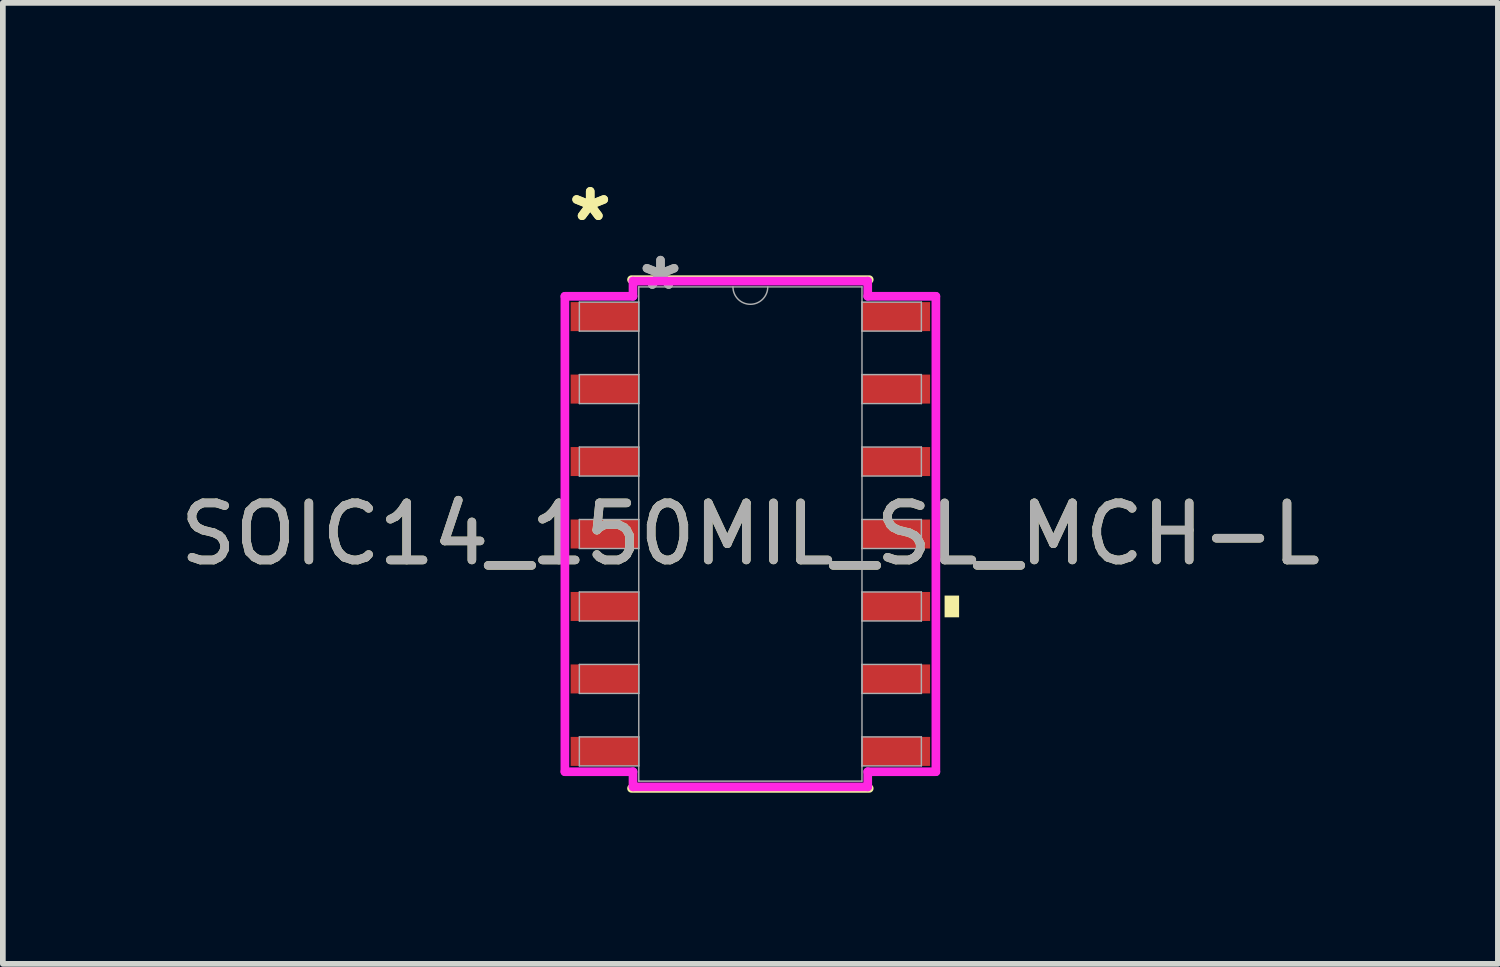
<source format=kicad_pcb>
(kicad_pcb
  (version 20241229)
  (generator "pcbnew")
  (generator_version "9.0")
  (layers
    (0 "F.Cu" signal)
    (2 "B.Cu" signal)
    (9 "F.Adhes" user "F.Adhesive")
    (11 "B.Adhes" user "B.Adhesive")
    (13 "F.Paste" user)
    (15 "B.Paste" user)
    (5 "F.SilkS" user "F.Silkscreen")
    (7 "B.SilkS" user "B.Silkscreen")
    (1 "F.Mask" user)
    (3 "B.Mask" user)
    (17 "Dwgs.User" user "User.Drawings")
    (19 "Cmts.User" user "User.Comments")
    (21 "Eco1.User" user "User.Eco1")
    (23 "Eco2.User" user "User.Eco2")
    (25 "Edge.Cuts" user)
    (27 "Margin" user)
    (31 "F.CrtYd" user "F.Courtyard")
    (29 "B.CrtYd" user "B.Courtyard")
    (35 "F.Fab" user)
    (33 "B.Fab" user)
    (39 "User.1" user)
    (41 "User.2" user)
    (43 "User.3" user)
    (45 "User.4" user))
  (footprint "SOIC14_150MIL_SL_MCH-L"
    (layer "F.Cu")
    (at 10.101 6.309)
    (property "Reference" "SOIC14_150MIL_SL_MCH-L" (at 0 0 0) (unlocked yes) (layer "F.SilkS") (effects (font (size 1 1) (thickness 0.15))))
    (attr smd)
    (fp_line (start -2.083 4.458) (end 2.083 4.458) (stroke (width 0.152) (type solid)) (layer "F.SilkS"))
    (fp_line (start 2.083 -4.458) (end -2.083 -4.458) (stroke (width 0.152) (type solid)) (layer "F.SilkS"))
    (fp_poly (pts (xy 3.658 1.079) (xy 3.658 1.46) (xy 3.404 1.46) (xy 3.404 1.079)) (stroke (width 0) (type solid)) (fill yes) (layer "F.SilkS"))
    (fp_line (start -3.251 -4.166) (end -2.057 -4.166) (stroke (width 0.152) (type solid)) (layer "F.CrtYd"))
    (fp_line (start -3.251 4.166) (end -3.251 -4.166) (stroke (width 0.152) (type solid)) (layer "F.CrtYd"))
    (fp_line (start -3.251 4.166) (end -2.057 4.166) (stroke (width 0.152) (type solid)) (layer "F.CrtYd"))
    (fp_line (start -2.057 -4.432) (end 2.057 -4.432) (stroke (width 0.152) (type solid)) (layer "F.CrtYd"))
    (fp_line (start -2.057 -4.166) (end -2.057 -4.432) (stroke (width 0.152) (type solid)) (layer "F.CrtYd"))
    (fp_line (start -2.057 4.432) (end -2.057 4.166) (stroke (width 0.152) (type solid)) (layer "F.CrtYd"))
    (fp_line (start 2.057 -4.432) (end 2.057 -4.166) (stroke (width 0.152) (type solid)) (layer "F.CrtYd"))
    (fp_line (start 2.057 4.166) (end 2.057 4.432) (stroke (width 0.152) (type solid)) (layer "F.CrtYd"))
    (fp_line (start 2.057 4.432) (end -2.057 4.432) (stroke (width 0.152) (type solid)) (layer "F.CrtYd"))
    (fp_line (start 3.251 -4.166) (end 2.057 -4.166) (stroke (width 0.152) (type solid)) (layer "F.CrtYd"))
    (fp_line (start 3.251 -4.166) (end 3.251 4.166) (stroke (width 0.152) (type solid)) (layer "F.CrtYd"))
    (fp_line (start 3.251 4.166) (end 2.057 4.166) (stroke (width 0.152) (type solid)) (layer "F.CrtYd"))
    (fp_line (start -2.997 -4.064) (end -2.997 -3.556) (stroke (width 0.025) (type solid)) (layer "F.Fab"))
    (fp_line (start -2.997 -3.556) (end -1.956 -3.556) (stroke (width 0.025) (type solid)) (layer "F.Fab"))
    (fp_line (start -2.997 -2.794) (end -2.997 -2.286) (stroke (width 0.025) (type solid)) (layer "F.Fab"))
    (fp_line (start -2.997 -2.286) (end -1.956 -2.286) (stroke (width 0.025) (type solid)) (layer "F.Fab"))
    (fp_line (start -2.997 -1.524) (end -2.997 -1.016) (stroke (width 0.025) (type solid)) (layer "F.Fab"))
    (fp_line (start -2.997 -1.016) (end -1.956 -1.016) (stroke (width 0.025) (type solid)) (layer "F.Fab"))
    (fp_line (start -2.997 -0.254) (end -2.997 0.254) (stroke (width 0.025) (type solid)) (layer "F.Fab"))
    (fp_line (start -2.997 0.254) (end -1.956 0.254) (stroke (width 0.025) (type solid)) (layer "F.Fab"))
    (fp_line (start -2.997 1.016) (end -2.997 1.524) (stroke (width 0.025) (type solid)) (layer "F.Fab"))
    (fp_line (start -2.997 1.524) (end -1.956 1.524) (stroke (width 0.025) (type solid)) (layer "F.Fab"))
    (fp_line (start -2.997 2.286) (end -2.997 2.794) (stroke (width 0.025) (type solid)) (layer "F.Fab"))
    (fp_line (start -2.997 2.794) (end -1.956 2.794) (stroke (width 0.025) (type solid)) (layer "F.Fab"))
    (fp_line (start -2.997 3.556) (end -2.997 4.064) (stroke (width 0.025) (type solid)) (layer "F.Fab"))
    (fp_line (start -2.997 4.064) (end -1.956 4.064) (stroke (width 0.025) (type solid)) (layer "F.Fab"))
    (fp_line (start -1.956 -4.331) (end -1.956 4.331) (stroke (width 0.025) (type solid)) (layer "F.Fab"))
    (fp_line (start -1.956 -4.064) (end -2.997 -4.064) (stroke (width 0.025) (type solid)) (layer "F.Fab"))
    (fp_line (start -1.956 -3.556) (end -1.956 -4.064) (stroke (width 0.025) (type solid)) (layer "F.Fab"))
    (fp_line (start -1.956 -2.794) (end -2.997 -2.794) (stroke (width 0.025) (type solid)) (layer "F.Fab"))
    (fp_line (start -1.956 -2.286) (end -1.956 -2.794) (stroke (width 0.025) (type solid)) (layer "F.Fab"))
    (fp_line (start -1.956 -1.524) (end -2.997 -1.524) (stroke (width 0.025) (type solid)) (layer "F.Fab"))
    (fp_line (start -1.956 -1.016) (end -1.956 -1.524) (stroke (width 0.025) (type solid)) (layer "F.Fab"))
    (fp_line (start -1.956 -0.254) (end -2.997 -0.254) (stroke (width 0.025) (type solid)) (layer "F.Fab"))
    (fp_line (start -1.956 0.254) (end -1.956 -0.254) (stroke (width 0.025) (type solid)) (layer "F.Fab"))
    (fp_line (start -1.956 1.016) (end -2.997 1.016) (stroke (width 0.025) (type solid)) (layer "F.Fab"))
    (fp_line (start -1.956 1.524) (end -1.956 1.016) (stroke (width 0.025) (type solid)) (layer "F.Fab"))
    (fp_line (start -1.956 2.286) (end -2.997 2.286) (stroke (width 0.025) (type solid)) (layer "F.Fab"))
    (fp_line (start -1.956 2.794) (end -1.956 2.286) (stroke (width 0.025) (type solid)) (layer "F.Fab"))
    (fp_line (start -1.956 3.556) (end -2.997 3.556) (stroke (width 0.025) (type solid)) (layer "F.Fab"))
    (fp_line (start -1.956 4.064) (end -1.956 3.556) (stroke (width 0.025) (type solid)) (layer "F.Fab"))
    (fp_line (start -1.956 4.331) (end 1.956 4.331) (stroke (width 0.025) (type solid)) (layer "F.Fab"))
    (fp_line (start 1.956 -4.331) (end -1.956 -4.331) (stroke (width 0.025) (type solid)) (layer "F.Fab"))
    (fp_line (start 1.956 -4.064) (end 1.956 -3.556) (stroke (width 0.025) (type solid)) (layer "F.Fab"))
    (fp_line (start 1.956 -3.556) (end 2.997 -3.556) (stroke (width 0.025) (type solid)) (layer "F.Fab"))
    (fp_line (start 1.956 -2.794) (end 1.956 -2.286) (stroke (width 0.025) (type solid)) (layer "F.Fab"))
    (fp_line (start 1.956 -2.286) (end 2.997 -2.286) (stroke (width 0.025) (type solid)) (layer "F.Fab"))
    (fp_line (start 1.956 -1.524) (end 1.956 -1.016) (stroke (width 0.025) (type solid)) (layer "F.Fab"))
    (fp_line (start 1.956 -1.016) (end 2.997 -1.016) (stroke (width 0.025) (type solid)) (layer "F.Fab"))
    (fp_line (start 1.956 -0.254) (end 1.956 0.254) (stroke (width 0.025) (type solid)) (layer "F.Fab"))
    (fp_line (start 1.956 0.254) (end 2.997 0.254) (stroke (width 0.025) (type solid)) (layer "F.Fab"))
    (fp_line (start 1.956 1.016) (end 1.956 1.524) (stroke (width 0.025) (type solid)) (layer "F.Fab"))
    (fp_line (start 1.956 1.524) (end 2.997 1.524) (stroke (width 0.025) (type solid)) (layer "F.Fab"))
    (fp_line (start 1.956 2.286) (end 1.956 2.794) (stroke (width 0.025) (type solid)) (layer "F.Fab"))
    (fp_line (start 1.956 2.794) (end 2.997 2.794) (stroke (width 0.025) (type solid)) (layer "F.Fab"))
    (fp_line (start 1.956 3.556) (end 1.956 4.064) (stroke (width 0.025) (type solid)) (layer "F.Fab"))
    (fp_line (start 1.956 4.064) (end 2.997 4.064) (stroke (width 0.025) (type solid)) (layer "F.Fab"))
    (fp_line (start 1.956 4.331) (end 1.956 -4.331) (stroke (width 0.025) (type solid)) (layer "F.Fab"))
    (fp_line (start 2.997 -4.064) (end 1.956 -4.064) (stroke (width 0.025) (type solid)) (layer "F.Fab"))
    (fp_line (start 2.997 -3.556) (end 2.997 -4.064) (stroke (width 0.025) (type solid)) (layer "F.Fab"))
    (fp_line (start 2.997 -2.794) (end 1.956 -2.794) (stroke (width 0.025) (type solid)) (layer "F.Fab"))
    (fp_line (start 2.997 -2.286) (end 2.997 -2.794) (stroke (width 0.025) (type solid)) (layer "F.Fab"))
    (fp_line (start 2.997 -1.524) (end 1.956 -1.524) (stroke (width 0.025) (type solid)) (layer "F.Fab"))
    (fp_line (start 2.997 -1.016) (end 2.997 -1.524) (stroke (width 0.025) (type solid)) (layer "F.Fab"))
    (fp_line (start 2.997 -0.254) (end 1.956 -0.254) (stroke (width 0.025) (type solid)) (layer "F.Fab"))
    (fp_line (start 2.997 0.254) (end 2.997 -0.254) (stroke (width 0.025) (type solid)) (layer "F.Fab"))
    (fp_line (start 2.997 1.016) (end 1.956 1.016) (stroke (width 0.025) (type solid)) (layer "F.Fab"))
    (fp_line (start 2.997 1.524) (end 2.997 1.016) (stroke (width 0.025) (type solid)) (layer "F.Fab"))
    (fp_line (start 2.997 2.286) (end 1.956 2.286) (stroke (width 0.025) (type solid)) (layer "F.Fab"))
    (fp_line (start 2.997 2.794) (end 2.997 2.286) (stroke (width 0.025) (type solid)) (layer "F.Fab"))
    (fp_line (start 2.997 3.556) (end 1.956 3.556) (stroke (width 0.025) (type solid)) (layer "F.Fab"))
    (fp_line (start 2.997 4.064) (end 2.997 3.556) (stroke (width 0.025) (type solid)) (layer "F.Fab"))
    (fp_arc (start 0.3048 -4.3307) (mid 0 -4.0259) (end -0.3048 -4.3307) (stroke (width 0.0254) (type solid)) (layer "F.Fab"))
    (fp_text user "*" (at -2.807 -5.461 0) (layer "F.SilkS") (effects (font (size 1 1) (thickness 0.15))))
    (fp_text user "*" (at -2.807 -5.461 0) (unlocked yes) (layer "F.SilkS") (effects (font (size 1 1) (thickness 0.15))))
    (fp_text user "*" (at -1.575 -4.255 0) (unlocked yes) (layer "F.Fab") (effects (font (size 1 1) (thickness 0.15))))
    (fp_text user "*" (at -1.575 -4.255 0) (layer "F.Fab") (effects (font (size 1 1) (thickness 0.15))))
    (fp_text user "${REFERENCE}" (at 0 0 0) (unlocked yes) (layer "F.Fab") (effects (font (size 1 1) (thickness 0.15))))
    (pad "1" smd rect (at -2.553 -3.81) (size 1.194 0.508) (layers "F.Cu" "F.Mask" "F.Paste"))
    (pad "2" smd rect (at -2.553 -2.54) (size 1.194 0.508) (layers "F.Cu" "F.Mask" "F.Paste"))
    (pad "3" smd rect (at -2.553 -1.27) (size 1.194 0.508) (layers "F.Cu" "F.Mask" "F.Paste"))
    (pad "4" smd rect (at -2.553 0) (size 1.194 0.508) (layers "F.Cu" "F.Mask" "F.Paste"))
    (pad "5" smd rect (at -2.553 1.27) (size 1.194 0.508) (layers "F.Cu" "F.Mask" "F.Paste"))
    (pad "6" smd rect (at -2.553 2.54) (size 1.194 0.508) (layers "F.Cu" "F.Mask" "F.Paste"))
    (pad "7" smd rect (at -2.553 3.81) (size 1.194 0.508) (layers "F.Cu" "F.Mask" "F.Paste"))
    (pad "8" smd rect (at 2.553 3.81) (size 1.194 0.508) (layers "F.Cu" "F.Mask" "F.Paste"))
    (pad "9" smd rect (at 2.553 2.54) (size 1.194 0.508) (layers "F.Cu" "F.Mask" "F.Paste"))
    (pad "10" smd rect (at 2.553 1.27) (size 1.194 0.508) (layers "F.Cu" "F.Mask" "F.Paste"))
    (pad "11" smd rect (at 2.553 0) (size 1.194 0.508) (layers "F.Cu" "F.Mask" "F.Paste"))
    (pad "12" smd rect (at 2.553 -1.27) (size 1.194 0.508) (layers "F.Cu" "F.Mask" "F.Paste"))
    (pad "13" smd rect (at 2.553 -2.54) (size 1.194 0.508) (layers "F.Cu" "F.Mask" "F.Paste"))
    (pad "14" smd rect (at 2.553 -3.81) (size 1.194 0.508) (layers "F.Cu" "F.Mask" "F.Paste")))
  (gr_rect
    (start -3 -3)
    (end 23.202 13.843)
    (stroke (width 0.1) (type default))
    (fill no)
    (layer "Edge.Cuts")))
</source>
